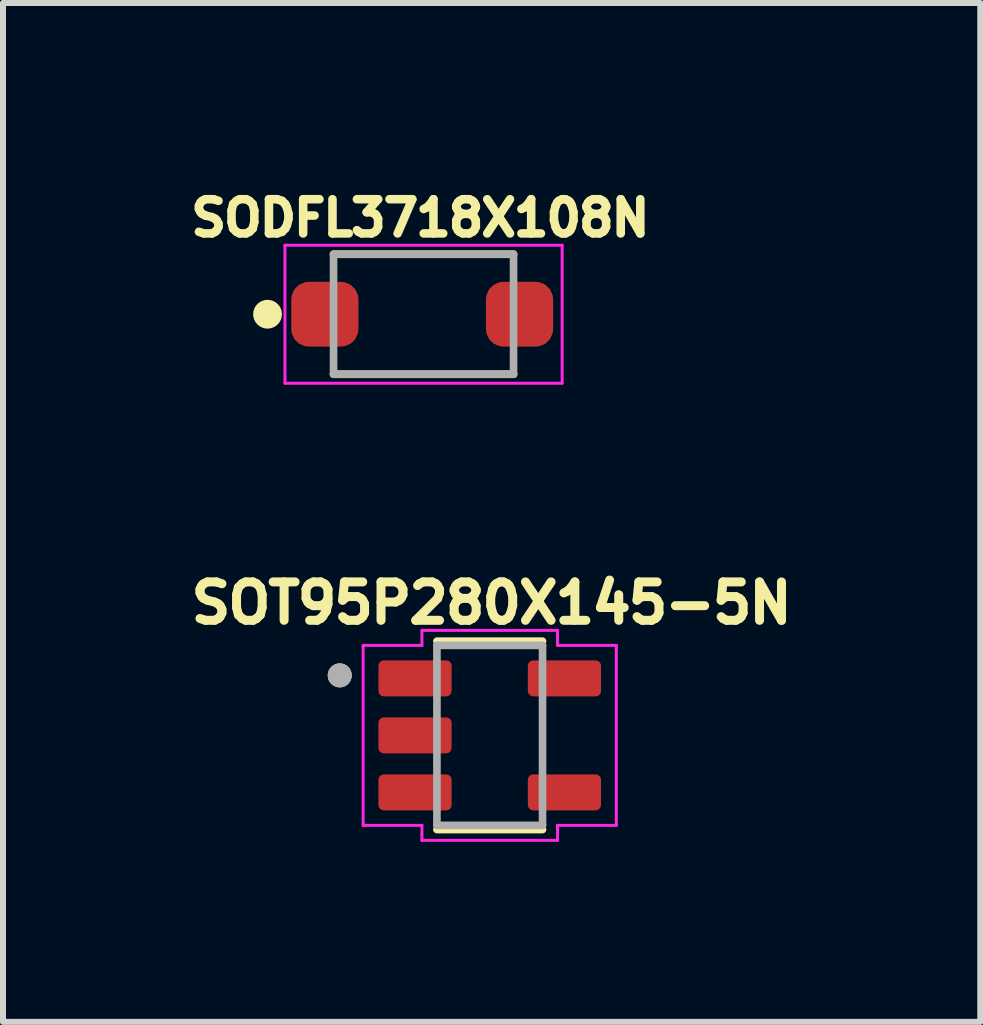
<source format=kicad_pcb>
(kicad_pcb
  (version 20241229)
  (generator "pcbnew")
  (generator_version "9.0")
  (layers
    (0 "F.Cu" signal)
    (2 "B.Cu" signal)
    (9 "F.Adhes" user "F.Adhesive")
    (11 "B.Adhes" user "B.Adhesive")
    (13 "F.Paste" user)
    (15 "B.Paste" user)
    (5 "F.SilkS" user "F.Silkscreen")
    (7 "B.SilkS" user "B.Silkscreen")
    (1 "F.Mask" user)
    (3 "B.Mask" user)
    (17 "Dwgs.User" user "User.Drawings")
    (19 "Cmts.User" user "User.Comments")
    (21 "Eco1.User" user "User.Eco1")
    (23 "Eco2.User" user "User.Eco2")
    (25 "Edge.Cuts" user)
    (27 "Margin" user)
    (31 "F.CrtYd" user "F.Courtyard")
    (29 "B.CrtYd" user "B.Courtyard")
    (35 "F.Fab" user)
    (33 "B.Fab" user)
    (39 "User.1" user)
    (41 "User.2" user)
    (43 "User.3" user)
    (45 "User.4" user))
  (footprint "SOT95P280X145-5N"
    (layer "F.Cu")
    (at 5.112 9.206)
    (property "Reference" "SOT95P280X145-5N" (at 0.032 -2.206 0) (layer "F.SilkS") (effects (font (size 0.64 0.64) (thickness 0.15))))
    (attr smd)
    (fp_line (start -0.88 -1.57) (end 0.88 -1.57) (stroke (width 0.127) (type solid)) (layer "F.SilkS"))
    (fp_line (start -0.88 1.57) (end 0.88 1.57) (stroke (width 0.127) (type solid)) (layer "F.SilkS"))
    (fp_circle (center -2.5 -1) (end -2.4 -1) (stroke (width 0.2) (type solid)) (fill no) (layer "F.SilkS"))
    (fp_line (start -2.11 -1.5) (end -2.11 1.5) (stroke (width 0.05) (type solid)) (layer "F.CrtYd"))
    (fp_line (start -2.11 -1.5) (end -1.13 -1.5) (stroke (width 0.05) (type solid)) (layer "F.CrtYd"))
    (fp_line (start -1.13 -1.75) (end 1.13 -1.75) (stroke (width 0.05) (type solid)) (layer "F.CrtYd"))
    (fp_line (start -1.13 -1.5) (end -1.13 -1.75) (stroke (width 0.05) (type solid)) (layer "F.CrtYd"))
    (fp_line (start -1.13 1.5) (end -2.11 1.5) (stroke (width 0.05) (type solid)) (layer "F.CrtYd"))
    (fp_line (start -1.13 1.75) (end -1.13 1.5) (stroke (width 0.05) (type solid)) (layer "F.CrtYd"))
    (fp_line (start 1.13 -1.75) (end 1.13 -1.5) (stroke (width 0.05) (type solid)) (layer "F.CrtYd"))
    (fp_line (start 1.13 -1.5) (end 2.11 -1.5) (stroke (width 0.05) (type solid)) (layer "F.CrtYd"))
    (fp_line (start 1.13 1.5) (end 1.13 1.75) (stroke (width 0.05) (type solid)) (layer "F.CrtYd"))
    (fp_line (start 1.13 1.75) (end -1.13 1.75) (stroke (width 0.05) (type solid)) (layer "F.CrtYd"))
    (fp_line (start 2.11 1.5) (end 1.13 1.5) (stroke (width 0.05) (type solid)) (layer "F.CrtYd"))
    (fp_line (start 2.11 1.5) (end 2.11 -1.5) (stroke (width 0.05) (type solid)) (layer "F.CrtYd"))
    (fp_line (start -0.88 -1.5) (end 0.88 -1.5) (stroke (width 0.127) (type solid)) (layer "F.Fab"))
    (fp_line (start -0.88 1.5) (end -0.88 -1.5) (stroke (width 0.127) (type solid)) (layer "F.Fab"))
    (fp_line (start 0.88 -1.5) (end 0.88 1.5) (stroke (width 0.127) (type solid)) (layer "F.Fab"))
    (fp_line (start 0.88 1.5) (end -0.88 1.5) (stroke (width 0.127) (type solid)) (layer "F.Fab"))
    (fp_circle (center -2.5 -1) (end -2.4 -1) (stroke (width 0.2) (type solid)) (fill no) (layer "F.Fab"))
    (pad "1" smd roundrect (at -1.245 -0.95) (size 1.22 0.6) (layers "F.Cu" "F.Mask" "F.Paste") (roundrect_rratio 0.15))
    (pad "2" smd roundrect (at -1.245 0) (size 1.22 0.6) (layers "F.Cu" "F.Mask" "F.Paste") (roundrect_rratio 0.15))
    (pad "3" smd roundrect (at -1.245 0.95) (size 1.22 0.6) (layers "F.Cu" "F.Mask" "F.Paste") (roundrect_rratio 0.15))
    (pad "4" smd roundrect (at 1.245 0.95) (size 1.22 0.6) (layers "F.Cu" "F.Mask" "F.Paste") (roundrect_rratio 0.15))
    (pad "5" smd roundrect (at 1.245 -0.95) (size 1.22 0.6) (layers "F.Cu" "F.Mask" "F.Paste") (roundrect_rratio 0.15)))
  (footprint "SODFL3718X108N"
    (layer "F.Cu")
    (at 4.009 2.187)
    (property "Reference" "SODFL3718X108N" (at -0.052 -1.603 0) (layer "F.SilkS") (effects (font (size 0.57 0.57) (thickness 0.15))))
    (attr smd)
    (fp_line (start -1.5 -1) (end 1.5 -1) (stroke (width 0.127) (type solid)) (layer "F.SilkS"))
    (fp_line (start 1.5 1) (end -1.5 1) (stroke (width 0.127) (type solid)) (layer "F.SilkS"))
    (fp_circle (center -2.6 0) (end -2.48 0) (stroke (width 0.24) (type solid)) (fill no) (layer "F.SilkS"))
    (fp_line (start -2.31 -1.15) (end -2.31 1.15) (stroke (width 0.05) (type solid)) (layer "F.CrtYd"))
    (fp_line (start -2.31 1.15) (end 2.31 1.15) (stroke (width 0.05) (type solid)) (layer "F.CrtYd"))
    (fp_line (start 2.31 -1.15) (end -2.31 -1.15) (stroke (width 0.05) (type solid)) (layer "F.CrtYd"))
    (fp_line (start 2.31 1.15) (end 2.31 -1.15) (stroke (width 0.05) (type solid)) (layer "F.CrtYd"))
    (fp_line (start -1.5 -1) (end 1.5 -1) (stroke (width 0.127) (type solid)) (layer "F.Fab"))
    (fp_line (start -1.5 1) (end -1.5 -1) (stroke (width 0.127) (type solid)) (layer "F.Fab"))
    (fp_line (start 1.5 -1) (end 1.5 1) (stroke (width 0.127) (type solid)) (layer "F.Fab"))
    (fp_line (start 1.5 1) (end -1.5 1) (stroke (width 0.127) (type solid)) (layer "F.Fab"))
    (pad "1" smd roundrect (at -1.645 0) (size 1.12 1.08) (layers "F.Cu" "F.Mask" "F.Paste") (roundrect_rratio 0.27))
    (pad "2" smd roundrect (at 1.6 0) (size 1.12 1.08) (layers "F.Cu" "F.Mask" "F.Paste") (roundrect_rratio 0.27)))
  (gr_rect
    (start -3 -3)
    (end 13.288 13.981)
    (stroke (width 0.1) (type default))
    (fill no)
    (layer "Edge.Cuts")))
</source>
